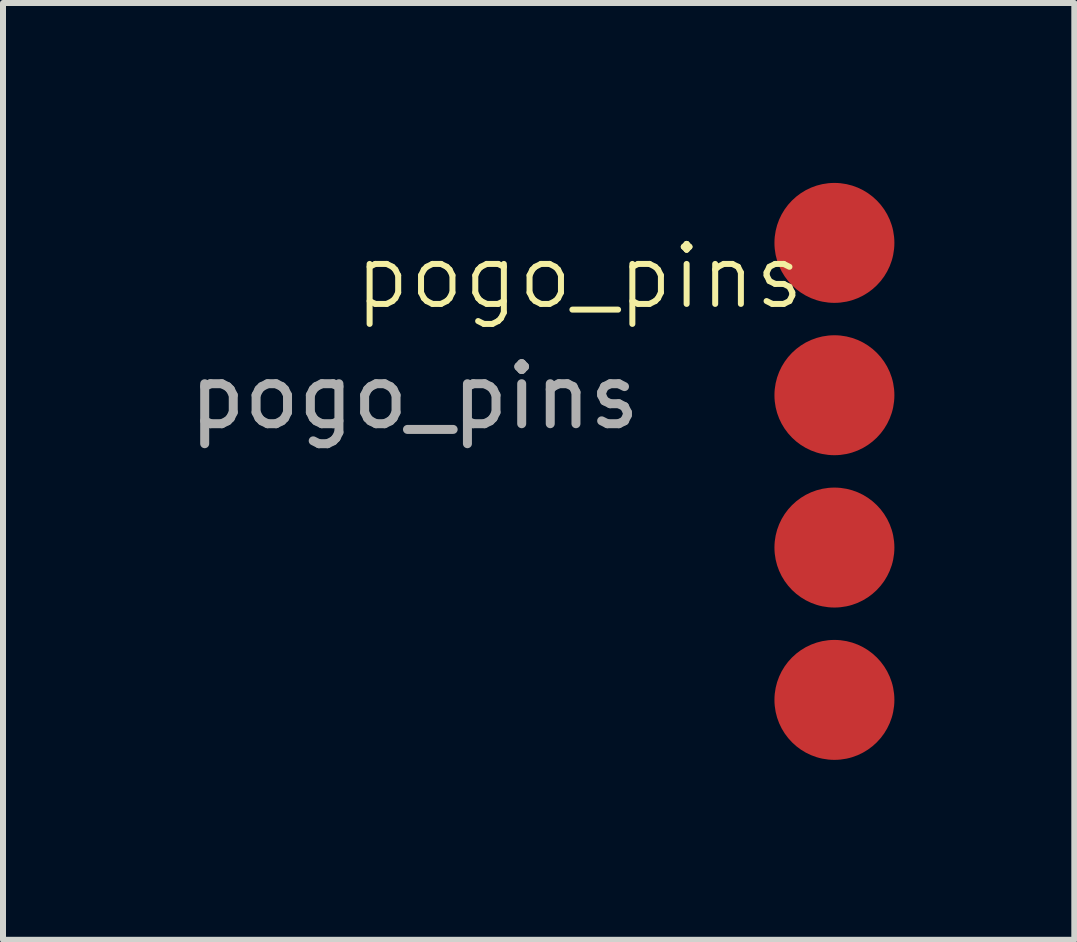
<source format=kicad_pcb>
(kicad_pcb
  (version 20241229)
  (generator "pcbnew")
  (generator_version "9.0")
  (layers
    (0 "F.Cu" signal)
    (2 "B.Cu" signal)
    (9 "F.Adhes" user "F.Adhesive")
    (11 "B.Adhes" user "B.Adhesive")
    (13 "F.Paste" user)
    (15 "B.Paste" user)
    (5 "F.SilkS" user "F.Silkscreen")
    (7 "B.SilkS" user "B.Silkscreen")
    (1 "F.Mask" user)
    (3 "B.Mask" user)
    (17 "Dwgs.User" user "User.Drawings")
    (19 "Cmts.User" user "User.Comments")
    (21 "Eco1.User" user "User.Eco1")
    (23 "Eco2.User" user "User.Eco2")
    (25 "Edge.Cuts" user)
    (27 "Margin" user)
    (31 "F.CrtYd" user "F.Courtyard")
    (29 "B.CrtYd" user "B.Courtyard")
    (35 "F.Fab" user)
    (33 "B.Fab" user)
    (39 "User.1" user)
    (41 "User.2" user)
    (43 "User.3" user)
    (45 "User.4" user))
  (footprint "pogo_pins"
    (layer "F.Cu")
    (at 10.863 4.81)
    (property "Reference" "pogo_pins" (at -4.25 -3.25 0) (unlocked yes) (layer "F.SilkS") (effects (font (size 1 1) (thickness 0.1))))
    (attr smd)
    (fp_text user "${REFERENCE}" (at -7 -1.25 0) (unlocked yes) (layer "F.Fab") (effects (font (size 1 1) (thickness 0.15))))
    (pad "1" smd circle (at 0 -3.81) (size 2 2) (layers "F.Cu" "F.Mask"))
    (pad "2" smd circle (at 0 -1.27) (size 2 2) (layers "F.Cu" "F.Mask"))
    (pad "3" smd circle (at 0 1.27) (size 2 2) (layers "F.Cu" "F.Mask"))
    (pad "4" smd circle (at 0 3.81) (size 2 2) (layers "F.Cu" "F.Mask")))
  (gr_rect
    (start -3 -3)
    (end 14.863 12.62)
    (stroke (width 0.1) (type default))
    (fill no)
    (layer "Edge.Cuts")))
</source>
